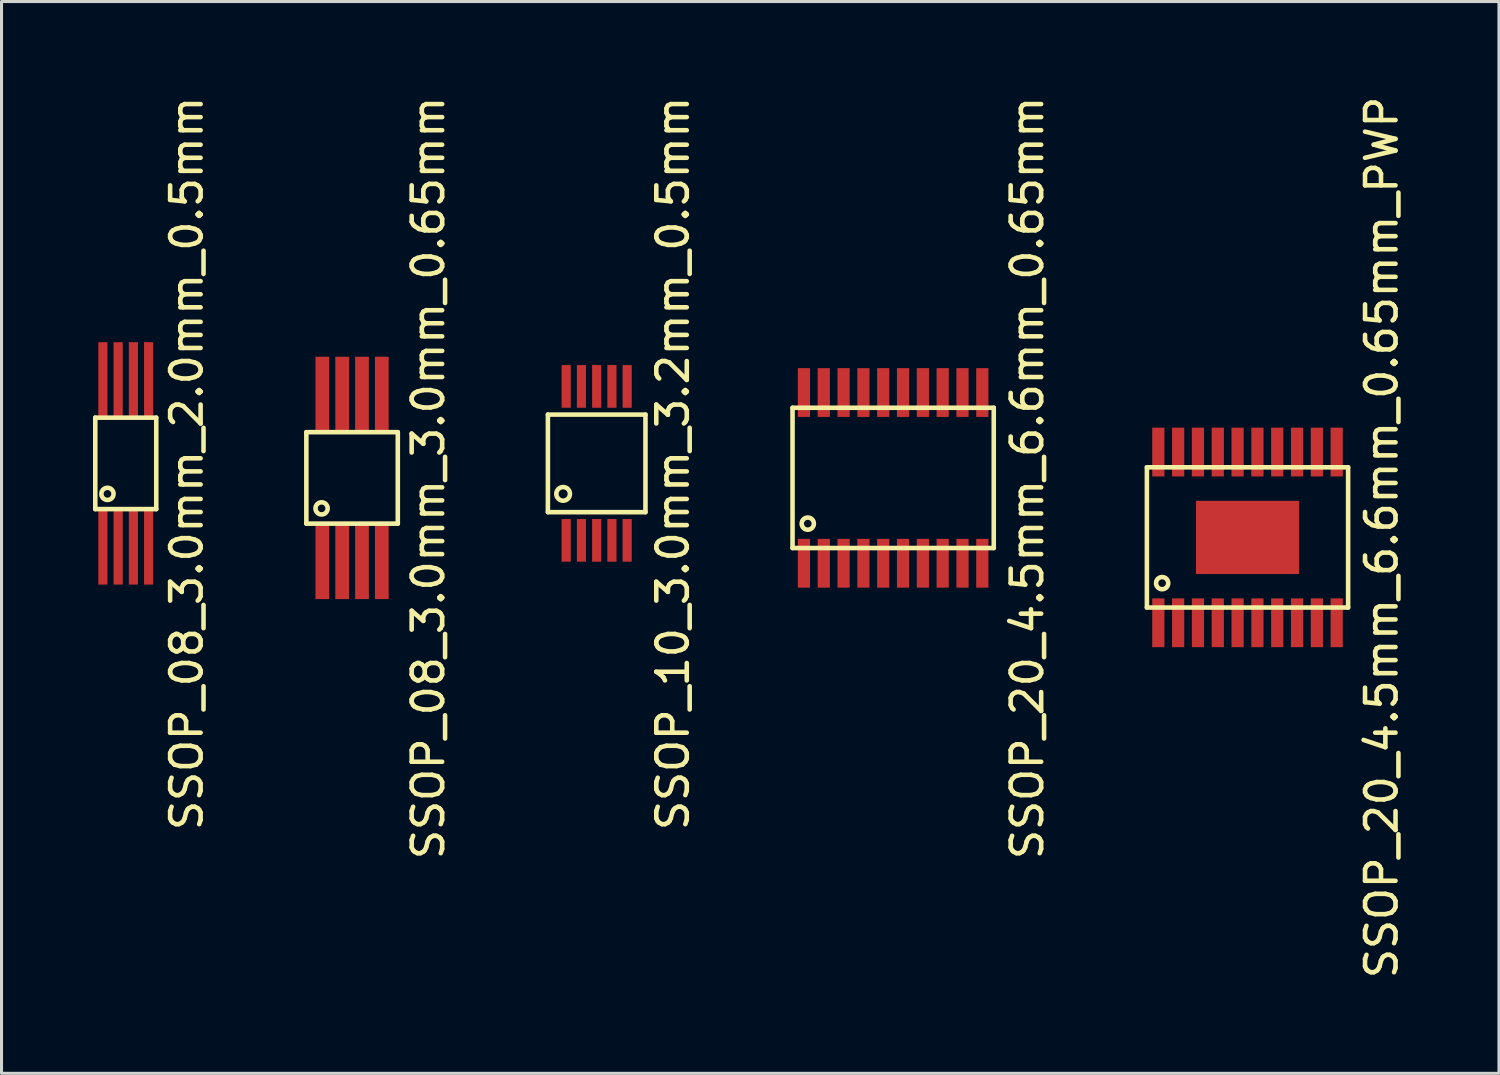
<source format=kicad_pcb>
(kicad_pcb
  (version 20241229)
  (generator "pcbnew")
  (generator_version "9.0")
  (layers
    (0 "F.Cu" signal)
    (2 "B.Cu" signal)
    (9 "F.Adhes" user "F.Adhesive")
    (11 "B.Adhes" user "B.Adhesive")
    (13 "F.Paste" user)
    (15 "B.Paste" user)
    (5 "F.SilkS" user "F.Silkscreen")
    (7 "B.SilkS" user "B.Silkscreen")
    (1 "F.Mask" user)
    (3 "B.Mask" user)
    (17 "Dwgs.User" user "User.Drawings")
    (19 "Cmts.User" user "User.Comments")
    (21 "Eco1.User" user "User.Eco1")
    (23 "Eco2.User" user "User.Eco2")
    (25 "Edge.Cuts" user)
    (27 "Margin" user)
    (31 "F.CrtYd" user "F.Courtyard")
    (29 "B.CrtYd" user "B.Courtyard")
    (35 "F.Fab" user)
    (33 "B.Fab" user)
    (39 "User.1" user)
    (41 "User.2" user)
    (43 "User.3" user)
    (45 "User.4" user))
  (footprint "SSOP_08_3.0mm_2.0mm_0.5mm"
    (layer "F.Cu")
    (at 1.075 12.149)
    (property "Reference" "SSOP_08_3.0mm_2.0mm_0.5mm" (at 2 0 90) (layer "F.SilkS") (effects (font (size 1 1) (thickness 0.15))))
    (attr through_hole)
    (fp_line (start -1 -1.5) (end 1 -1.5) (stroke (width 0.15) (type solid)) (layer "F.SilkS"))
    (fp_line (start -1 1.5) (end -1 -1.5) (stroke (width 0.15) (type solid)) (layer "F.SilkS"))
    (fp_line (start -1 1.5) (end 1 1.5) (stroke (width 0.15) (type solid)) (layer "F.SilkS"))
    (fp_line (start 1 -1.5) (end 1 1.5) (stroke (width 0.15) (type solid)) (layer "F.SilkS"))
    (fp_circle (center -0.6 1) (end -0.4 1) (stroke (width 0.15) (type solid)) (fill no) (layer "F.SilkS"))
    (pad "1" smd rect (at -0.75 2.725) (size 0.3 2.5) (layers "F.Cu" "F.Mask" "F.Paste"))
    (pad "2" smd rect (at -0.25 2.725) (size 0.3 2.5) (layers "F.Cu" "F.Mask" "F.Paste"))
    (pad "3" smd rect (at 0.25 2.725) (size 0.3 2.5) (layers "F.Cu" "F.Mask" "F.Paste"))
    (pad "4" smd rect (at 0.75 2.725) (size 0.3 2.5) (layers "F.Cu" "F.Mask" "F.Paste"))
    (pad "5" smd rect (at 0.75 -2.725) (size 0.3 2.5) (layers "F.Cu" "F.Mask" "F.Paste"))
    (pad "6" smd rect (at 0.25 -2.725) (size 0.3 2.5) (layers "F.Cu" "F.Mask" "F.Paste"))
    (pad "7" smd rect (at -0.25 -2.725) (size 0.3 2.5) (layers "F.Cu" "F.Mask" "F.Paste"))
    (pad "8" smd rect (at -0.75 -2.725) (size 0.3 2.5) (layers "F.Cu" "F.Mask" "F.Paste")))
  (footprint "SSOP_20_4.5mm_6.6mm_0.65mm"
    (layer "F.Cu")
    (at 26.245 12.625)
    (property "Reference" "SSOP_20_4.5mm_6.6mm_0.65mm" (at 4.4 0 90) (layer "F.SilkS") (effects (font (size 1 1) (thickness 0.15))))
    (attr through_hole)
    (fp_line (start -3.3 -2.3) (end 3.3 -2.3) (stroke (width 0.15) (type solid)) (layer "F.SilkS"))
    (fp_line (start -3.3 2.3) (end -3.3 -2.3) (stroke (width 0.15) (type solid)) (layer "F.SilkS"))
    (fp_line (start 3.3 -2.3) (end 3.3 2.3) (stroke (width 0.15) (type solid)) (layer "F.SilkS"))
    (fp_line (start 3.3 2.3) (end -3.3 2.3) (stroke (width 0.15) (type solid)) (layer "F.SilkS"))
    (fp_circle (center -2.8 1.5) (end -2.8 1.3) (stroke (width 0.15) (type solid)) (fill no) (layer "F.SilkS"))
    (pad "1" smd rect (at -2.925 2.8) (size 0.4 1.6) (layers "F.Cu" "F.Mask" "F.Paste"))
    (pad "2" smd rect (at -2.275 2.8) (size 0.4 1.6) (layers "F.Cu" "F.Mask" "F.Paste"))
    (pad "3" smd rect (at -1.625 2.8) (size 0.4 1.6) (layers "F.Cu" "F.Mask" "F.Paste"))
    (pad "4" smd rect (at -0.975 2.8) (size 0.4 1.6) (layers "F.Cu" "F.Mask" "F.Paste"))
    (pad "5" smd rect (at -0.325 2.8) (size 0.4 1.6) (layers "F.Cu" "F.Mask" "F.Paste"))
    (pad "6" smd rect (at 0.325 2.8) (size 0.4 1.6) (layers "F.Cu" "F.Mask" "F.Paste"))
    (pad "7" smd rect (at 0.975 2.8) (size 0.4 1.6) (layers "F.Cu" "F.Mask" "F.Paste"))
    (pad "8" smd rect (at 1.625 2.8) (size 0.4 1.6) (layers "F.Cu" "F.Mask" "F.Paste"))
    (pad "9" smd rect (at 2.275 2.8) (size 0.4 1.6) (layers "F.Cu" "F.Mask" "F.Paste"))
    (pad "10" smd rect (at 2.925 2.8) (size 0.4 1.6) (layers "F.Cu" "F.Mask" "F.Paste"))
    (pad "11" smd rect (at 2.925 -2.8) (size 0.4 1.6) (layers "F.Cu" "F.Mask" "F.Paste"))
    (pad "12" smd rect (at 2.275 -2.8) (size 0.4 1.6) (layers "F.Cu" "F.Mask" "F.Paste"))
    (pad "13" smd rect (at 1.625 -2.8) (size 0.4 1.6) (layers "F.Cu" "F.Mask" "F.Paste"))
    (pad "14" smd rect (at 0.975 -2.8) (size 0.4 1.6) (layers "F.Cu" "F.Mask" "F.Paste"))
    (pad "15" smd rect (at 0.325 -2.8) (size 0.4 1.6) (layers "F.Cu" "F.Mask" "F.Paste"))
    (pad "16" smd rect (at -0.325 -2.8) (size 0.4 1.6) (layers "F.Cu" "F.Mask" "F.Paste"))
    (pad "17" smd rect (at -0.975 -2.8) (size 0.4 1.6) (layers "F.Cu" "F.Mask" "F.Paste"))
    (pad "18" smd rect (at -1.625 -2.8) (size 0.4 1.6) (layers "F.Cu" "F.Mask" "F.Paste"))
    (pad "19" smd rect (at -2.275 -2.8) (size 0.4 1.6) (layers "F.Cu" "F.Mask" "F.Paste"))
    (pad "20" smd rect (at -2.925 -2.8) (size 0.4 1.6) (layers "F.Cu" "F.Mask" "F.Paste")))
  (footprint "SSOP_10_3.0mm_3.2mm_0.5mm"
    (layer "F.Cu")
    (at 16.521 12.149)
    (property "Reference" "SSOP_10_3.0mm_3.2mm_0.5mm" (at 2.5 0 90) (layer "F.SilkS") (effects (font (size 1 1) (thickness 0.15))))
    (attr through_hole)
    (fp_line (start -1.6 -1.6) (end 1.6 -1.6) (stroke (width 0.15) (type solid)) (layer "F.SilkS"))
    (fp_line (start -1.6 1.6) (end -1.6 -1.6) (stroke (width 0.15) (type solid)) (layer "F.SilkS"))
    (fp_line (start 1.6 -1.6) (end 1.6 1.6) (stroke (width 0.15) (type solid)) (layer "F.SilkS"))
    (fp_line (start 1.6 1.6) (end -1.6 1.6) (stroke (width 0.15) (type solid)) (layer "F.SilkS"))
    (fp_circle (center -1.1 1) (end -0.9 0.9) (stroke (width 0.15) (type solid)) (fill no) (layer "F.SilkS"))
    (pad "1" smd rect (at -1 2.525) (size 0.3 1.4) (layers "F.Cu" "F.Mask" "F.Paste"))
    (pad "2" smd rect (at -0.5 2.525) (size 0.3 1.4) (layers "F.Cu" "F.Mask" "F.Paste"))
    (pad "3" smd rect (at 0 2.525) (size 0.3 1.4) (layers "F.Cu" "F.Mask" "F.Paste"))
    (pad "4" smd rect (at 0.5 2.525) (size 0.3 1.4) (layers "F.Cu" "F.Mask" "F.Paste"))
    (pad "5" smd rect (at 1 2.525) (size 0.3 1.4) (layers "F.Cu" "F.Mask" "F.Paste"))
    (pad "6" smd rect (at 1 -2.525) (size 0.3 1.4) (layers "F.Cu" "F.Mask" "F.Paste"))
    (pad "7" smd rect (at 0.5 -2.525) (size 0.3 1.4) (layers "F.Cu" "F.Mask" "F.Paste"))
    (pad "8" smd rect (at 0 -2.525) (size 0.3 1.4) (layers "F.Cu" "F.Mask" "F.Paste"))
    (pad "9" smd rect (at -0.5 -2.525) (size 0.3 1.4) (layers "F.Cu" "F.Mask" "F.Paste"))
    (pad "10" smd rect (at -1 -2.525) (size 0.3 1.4) (layers "F.Cu" "F.Mask" "F.Paste")))
  (footprint "SSOP_08_3.0mm_3.0mm_0.65mm"
    (layer "F.Cu")
    (at 8.498 12.625)
    (property "Reference" "SSOP_08_3.0mm_3.0mm_0.65mm" (at 2.5 0 90) (layer "F.SilkS") (effects (font (size 1 1) (thickness 0.15))))
    (attr through_hole)
    (fp_line (start -1.5 -1.5) (end 1.5 -1.5) (stroke (width 0.15) (type solid)) (layer "F.SilkS"))
    (fp_line (start -1.5 1.5) (end -1.5 -1.5) (stroke (width 0.15) (type solid)) (layer "F.SilkS"))
    (fp_line (start 1.5 -1.5) (end 1.5 1.5) (stroke (width 0.15) (type solid)) (layer "F.SilkS"))
    (fp_line (start 1.5 1.5) (end -1.5 1.5) (stroke (width 0.15) (type solid)) (layer "F.SilkS"))
    (fp_circle (center -1 1) (end -0.8 1) (stroke (width 0.15) (type solid)) (fill no) (layer "F.SilkS"))
    (pad "1" smd rect (at -0.975 2.725) (size 0.45 2.5) (layers "F.Cu" "F.Mask" "F.Paste"))
    (pad "2" smd rect (at -0.325 2.725) (size 0.45 2.5) (layers "F.Cu" "F.Mask" "F.Paste"))
    (pad "3" smd rect (at 0.325 2.725) (size 0.45 2.5) (layers "F.Cu" "F.Mask" "F.Paste"))
    (pad "4" smd rect (at 0.975 2.725) (size 0.45 2.5) (layers "F.Cu" "F.Mask" "F.Paste"))
    (pad "5" smd rect (at 0.975 -2.725) (size 0.45 2.5) (layers "F.Cu" "F.Mask" "F.Paste"))
    (pad "6" smd rect (at 0.325 -2.725) (size 0.45 2.5) (layers "F.Cu" "F.Mask" "F.Paste"))
    (pad "7" smd rect (at -0.325 -2.725) (size 0.45 2.5) (layers "F.Cu" "F.Mask" "F.Paste"))
    (pad "8" smd rect (at -0.975 -2.725) (size 0.45 2.5) (layers "F.Cu" "F.Mask" "F.Paste")))
  (footprint "SSOP_20_4.5mm_6.6mm_0.65mm_PWP"
    (layer "F.Cu")
    (at 37.868 14.577)
    (property "Reference" "SSOP_20_4.5mm_6.6mm_0.65mm_PWP" (at 4.4 0 90) (layer "F.SilkS") (effects (font (size 1 1) (thickness 0.15))))
    (attr through_hole)
    (fp_line (start -3.3 -2.3) (end 3.3 -2.3) (stroke (width 0.15) (type solid)) (layer "F.SilkS"))
    (fp_line (start -3.3 2.3) (end -3.3 -2.3) (stroke (width 0.15) (type solid)) (layer "F.SilkS"))
    (fp_line (start 3.3 -2.3) (end 3.3 2.3) (stroke (width 0.15) (type solid)) (layer "F.SilkS"))
    (fp_line (start 3.3 2.3) (end -3.3 2.3) (stroke (width 0.15) (type solid)) (layer "F.SilkS"))
    (fp_circle (center -2.8 1.5) (end -2.8 1.3) (stroke (width 0.15) (type solid)) (fill no) (layer "F.SilkS"))
    (pad "1" smd rect (at -2.925 2.8) (size 0.4 1.6) (layers "F.Cu" "F.Mask" "F.Paste"))
    (pad "2" smd rect (at -2.275 2.8) (size 0.4 1.6) (layers "F.Cu" "F.Mask" "F.Paste"))
    (pad "3" smd rect (at -1.625 2.8) (size 0.4 1.6) (layers "F.Cu" "F.Mask" "F.Paste"))
    (pad "4" smd rect (at -0.975 2.8) (size 0.4 1.6) (layers "F.Cu" "F.Mask" "F.Paste"))
    (pad "5" smd rect (at -0.325 2.8) (size 0.4 1.6) (layers "F.Cu" "F.Mask" "F.Paste"))
    (pad "6" smd rect (at 0.325 2.8) (size 0.4 1.6) (layers "F.Cu" "F.Mask" "F.Paste"))
    (pad "7" smd rect (at 0.975 2.8) (size 0.4 1.6) (layers "F.Cu" "F.Mask" "F.Paste"))
    (pad "8" smd rect (at 1.625 2.8) (size 0.4 1.6) (layers "F.Cu" "F.Mask" "F.Paste"))
    (pad "9" smd rect (at 2.275 2.8) (size 0.4 1.6) (layers "F.Cu" "F.Mask" "F.Paste"))
    (pad "10" smd rect (at 2.925 2.8) (size 0.4 1.6) (layers "F.Cu" "F.Mask" "F.Paste"))
    (pad "11" smd rect (at 2.925 -2.8) (size 0.4 1.6) (layers "F.Cu" "F.Mask" "F.Paste"))
    (pad "12" smd rect (at 2.275 -2.8) (size 0.4 1.6) (layers "F.Cu" "F.Mask" "F.Paste"))
    (pad "13" smd rect (at 1.625 -2.8) (size 0.4 1.6) (layers "F.Cu" "F.Mask" "F.Paste"))
    (pad "14" smd rect (at 0.975 -2.8) (size 0.4 1.6) (layers "F.Cu" "F.Mask" "F.Paste"))
    (pad "15" smd rect (at 0.325 -2.8) (size 0.4 1.6) (layers "F.Cu" "F.Mask" "F.Paste"))
    (pad "16" smd rect (at -0.325 -2.8) (size 0.4 1.6) (layers "F.Cu" "F.Mask" "F.Paste"))
    (pad "17" smd rect (at -0.975 -2.8) (size 0.4 1.6) (layers "F.Cu" "F.Mask" "F.Paste"))
    (pad "18" smd rect (at -1.625 -2.8) (size 0.4 1.6) (layers "F.Cu" "F.Mask" "F.Paste"))
    (pad "19" smd rect (at -2.275 -2.8) (size 0.4 1.6) (layers "F.Cu" "F.Mask" "F.Paste"))
    (pad "20" smd rect (at -2.925 -2.8) (size 0.4 1.6) (layers "F.Cu" "F.Mask" "F.Paste"))
    (pad "PWP" smd rect (at 0 0) (size 3.38 2.4) (layers "F.Cu" "F.Mask" "F.Paste")))
  (gr_rect
    (start -3 -3)
    (end 46.116 32.155)
    (stroke (width 0.1) (type default))
    (fill no)
    (layer "Edge.Cuts")))
</source>
